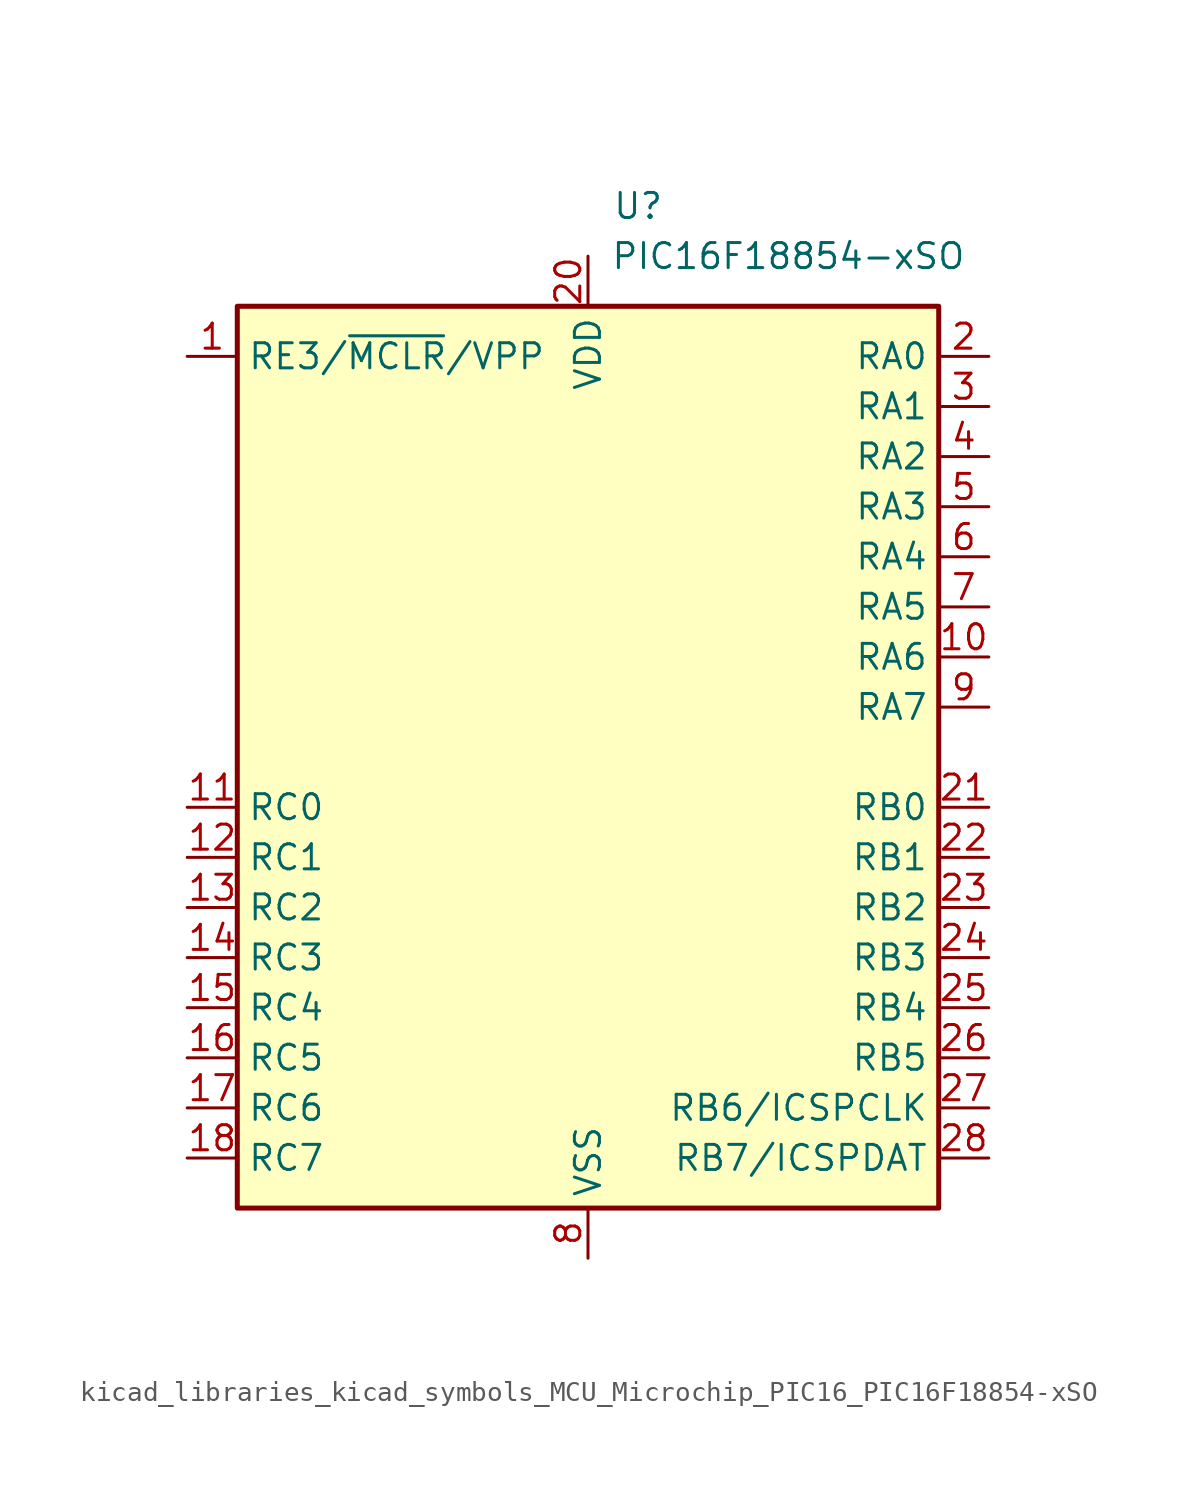
<source format=kicad_sym>
(kicad_symbol_lib
  (version 20220914)
  (generator kicad_symbol_editor)
  (symbol "kicad_libraries_kicad_symbols_MCU_Microchip_PIC16_PIC16F18854-xSO"
    (property "Reference" "U"
      (at 2.54 27.94 0)
      (effects (font (size 1.27 1.27))))
    (property "Value" "PIC16F18854-xSO"
      (at 10.16 25.4 0)
      (effects (font (size 1.27 1.27))))
    (symbol "kicad_libraries_kicad_symbols_MCU_Microchip_PIC16_PIC16F18854-xSO_0_0"
      (pin passive line (at 0 -25.4 90) (length 2.54) hide (name "VSS" (effects (font (size 1.27 1.27)))) (number "19" (effects (font (size 1.27 1.27))))))
    (symbol "kicad_libraries_kicad_symbols_MCU_Microchip_PIC16_PIC16F18854-xSO_0_1"
      (rectangle (start -17.78 22.86) (end 17.78 -22.86) (stroke (width 0.254) (type default)) (fill (type background))))
    (symbol "kicad_libraries_kicad_symbols_MCU_Microchip_PIC16_PIC16F18854-xSO_1_1"
      (pin input line (at -20.32 20.32 0) (length 2.54) (name "RE3/~{MCLR}/VPP" (effects (font (size 1.27 1.27)))) (number "1" (effects (font (size 1.27 1.27)))))
      (pin bidirectional line (at 20.32 5.08 180) (length 2.54) (name "RA6" (effects (font (size 1.27 1.27)))) (number "10" (effects (font (size 1.27 1.27)))))
      (pin bidirectional line (at -20.32 -2.54 0) (length 2.54) (name "RC0" (effects (font (size 1.27 1.27)))) (number "11" (effects (font (size 1.27 1.27)))))
      (pin bidirectional line (at -20.32 -5.08 0) (length 2.54) (name "RC1" (effects (font (size 1.27 1.27)))) (number "12" (effects (font (size 1.27 1.27)))))
      (pin bidirectional line (at -20.32 -7.62 0) (length 2.54) (name "RC2" (effects (font (size 1.27 1.27)))) (number "13" (effects (font (size 1.27 1.27)))))
      (pin bidirectional line (at -20.32 -10.16 0) (length 2.54) (name "RC3" (effects (font (size 1.27 1.27)))) (number "14" (effects (font (size 1.27 1.27)))))
      (pin bidirectional line (at -20.32 -12.7 0) (length 2.54) (name "RC4" (effects (font (size 1.27 1.27)))) (number "15" (effects (font (size 1.27 1.27)))))
      (pin bidirectional line (at -20.32 -15.24 0) (length 2.54) (name "RC5" (effects (font (size 1.27 1.27)))) (number "16" (effects (font (size 1.27 1.27)))))
      (pin bidirectional line (at -20.32 -17.78 0) (length 2.54) (name "RC6" (effects (font (size 1.27 1.27)))) (number "17" (effects (font (size 1.27 1.27)))))
      (pin bidirectional line (at -20.32 -20.32 0) (length 2.54) (name "RC7" (effects (font (size 1.27 1.27)))) (number "18" (effects (font (size 1.27 1.27)))))
      (pin bidirectional line (at 20.32 20.32 180) (length 2.54) (name "RA0" (effects (font (size 1.27 1.27)))) (number "2" (effects (font (size 1.27 1.27)))))
      (pin power_in line (at 0 25.4 270) (length 2.54) (name "VDD" (effects (font (size 1.27 1.27)))) (number "20" (effects (font (size 1.27 1.27)))))
      (pin bidirectional line (at 20.32 -2.54 180) (length 2.54) (name "RB0" (effects (font (size 1.27 1.27)))) (number "21" (effects (font (size 1.27 1.27)))))
      (pin bidirectional line (at 20.32 -5.08 180) (length 2.54) (name "RB1" (effects (font (size 1.27 1.27)))) (number "22" (effects (font (size 1.27 1.27)))))
      (pin bidirectional line (at 20.32 -7.62 180) (length 2.54) (name "RB2" (effects (font (size 1.27 1.27)))) (number "23" (effects (font (size 1.27 1.27)))))
      (pin bidirectional line (at 20.32 -10.16 180) (length 2.54) (name "RB3" (effects (font (size 1.27 1.27)))) (number "24" (effects (font (size 1.27 1.27)))))
      (pin bidirectional line (at 20.32 -12.7 180) (length 2.54) (name "RB4" (effects (font (size 1.27 1.27)))) (number "25" (effects (font (size 1.27 1.27)))))
      (pin bidirectional line (at 20.32 -15.24 180) (length 2.54) (name "RB5" (effects (font (size 1.27 1.27)))) (number "26" (effects (font (size 1.27 1.27)))))
      (pin bidirectional line (at 20.32 -17.78 180) (length 2.54) (name "RB6/ICSPCLK" (effects (font (size 1.27 1.27)))) (number "27" (effects (font (size 1.27 1.27)))))
      (pin bidirectional line (at 20.32 -20.32 180) (length 2.54) (name "RB7/ICSPDAT" (effects (font (size 1.27 1.27)))) (number "28" (effects (font (size 1.27 1.27)))))
      (pin bidirectional line (at 20.32 17.78 180) (length 2.54) (name "RA1" (effects (font (size 1.27 1.27)))) (number "3" (effects (font (size 1.27 1.27)))))
      (pin bidirectional line (at 20.32 15.24 180) (length 2.54) (name "RA2" (effects (font (size 1.27 1.27)))) (number "4" (effects (font (size 1.27 1.27)))))
      (pin bidirectional line (at 20.32 12.7 180) (length 2.54) (name "RA3" (effects (font (size 1.27 1.27)))) (number "5" (effects (font (size 1.27 1.27)))))
      (pin bidirectional line (at 20.32 10.16 180) (length 2.54) (name "RA4" (effects (font (size 1.27 1.27)))) (number "6" (effects (font (size 1.27 1.27)))))
      (pin bidirectional line (at 20.32 7.62 180) (length 2.54) (name "RA5" (effects (font (size 1.27 1.27)))) (number "7" (effects (font (size 1.27 1.27)))))
      (pin power_in line (at 0 -25.4 90) (length 2.54) (name "VSS" (effects (font (size 1.27 1.27)))) (number "8" (effects (font (size 1.27 1.27)))))
      (pin bidirectional line (at 20.32 2.54 180) (length 2.54) (name "RA7" (effects (font (size 1.27 1.27)))) (number "9" (effects (font (size 1.27 1.27))))))))
</source>
